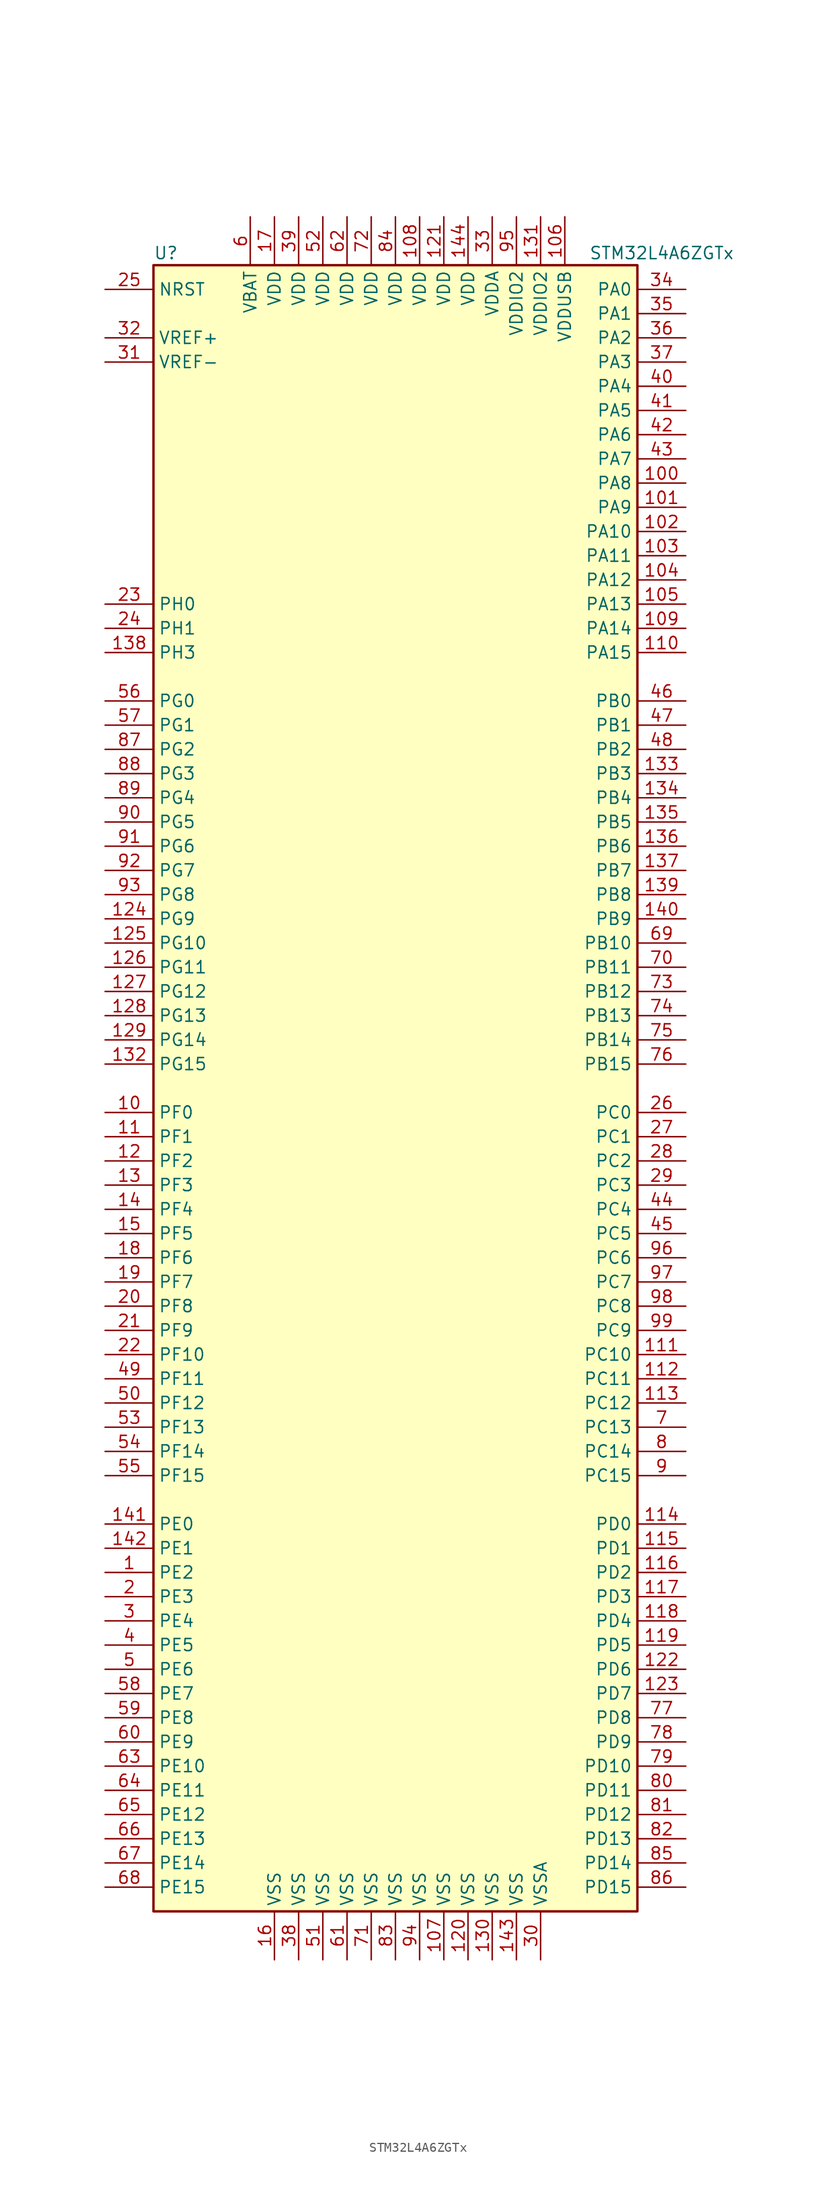
<source format=kicad_sym>
(kicad_symbol_lib
  (version 20201005)
  (generator kicad_symbol_editor)
  (symbol "STM32L4A6ZGTx"
    (property "Reference" "U"
      (at -25.4 87.63 0)
      (effects (font (size 1.27 1.27)) (justify left)))
    (property "Value" "STM32L4A6ZGTx"
      (at 20.32 87.63 0)
      (effects (font (size 1.27 1.27)) (justify left)))
    (symbol "STM32L4A6ZGTx_0_1"
      (rectangle (start -25.4 -86.36) (end 25.4 86.36) (stroke (width 0.254)) (fill (type background))))
    (symbol "STM32L4A6ZGTx_1_1"
      (pin bidirectional line (at -30.48 -50.8 0) (length 5.08) (name "PE2" (effects (font (size 1.27 1.27)))) (number "1" (effects (font (size 1.27 1.27)))))
      (pin bidirectional line (at -30.48 -2.54 0) (length 5.08) (name "PF0" (effects (font (size 1.27 1.27)))) (number "10" (effects (font (size 1.27 1.27)))))
      (pin bidirectional line (at 30.48 63.5 180) (length 5.08) (name "PA8" (effects (font (size 1.27 1.27)))) (number "100" (effects (font (size 1.27 1.27)))))
      (pin bidirectional line (at 30.48 60.96 180) (length 5.08) (name "PA9" (effects (font (size 1.27 1.27)))) (number "101" (effects (font (size 1.27 1.27)))))
      (pin bidirectional line (at 30.48 58.42 180) (length 5.08) (name "PA10" (effects (font (size 1.27 1.27)))) (number "102" (effects (font (size 1.27 1.27)))))
      (pin bidirectional line (at 30.48 55.88 180) (length 5.08) (name "PA11" (effects (font (size 1.27 1.27)))) (number "103" (effects (font (size 1.27 1.27)))))
      (pin bidirectional line (at 30.48 53.34 180) (length 5.08) (name "PA12" (effects (font (size 1.27 1.27)))) (number "104" (effects (font (size 1.27 1.27)))))
      (pin bidirectional line (at 30.48 50.8 180) (length 5.08) (name "PA13" (effects (font (size 1.27 1.27)))) (number "105" (effects (font (size 1.27 1.27)))))
      (pin power_in line (at 17.78 91.44 270) (length 5.08) (name "VDDUSB" (effects (font (size 1.27 1.27)))) (number "106" (effects (font (size 1.27 1.27)))))
      (pin power_in line (at 5.08 -91.44 90) (length 5.08) (name "VSS" (effects (font (size 1.27 1.27)))) (number "107" (effects (font (size 1.27 1.27)))))
      (pin power_in line (at 2.54 91.44 270) (length 5.08) (name "VDD" (effects (font (size 1.27 1.27)))) (number "108" (effects (font (size 1.27 1.27)))))
      (pin bidirectional line (at 30.48 48.26 180) (length 5.08) (name "PA14" (effects (font (size 1.27 1.27)))) (number "109" (effects (font (size 1.27 1.27)))))
      (pin bidirectional line (at -30.48 -5.08 0) (length 5.08) (name "PF1" (effects (font (size 1.27 1.27)))) (number "11" (effects (font (size 1.27 1.27)))))
      (pin bidirectional line (at 30.48 45.72 180) (length 5.08) (name "PA15" (effects (font (size 1.27 1.27)))) (number "110" (effects (font (size 1.27 1.27)))))
      (pin bidirectional line (at 30.48 -27.94 180) (length 5.08) (name "PC10" (effects (font (size 1.27 1.27)))) (number "111" (effects (font (size 1.27 1.27)))))
      (pin bidirectional line (at 30.48 -30.48 180) (length 5.08) (name "PC11" (effects (font (size 1.27 1.27)))) (number "112" (effects (font (size 1.27 1.27)))))
      (pin bidirectional line (at 30.48 -33.02 180) (length 5.08) (name "PC12" (effects (font (size 1.27 1.27)))) (number "113" (effects (font (size 1.27 1.27)))))
      (pin bidirectional line (at 30.48 -45.72 180) (length 5.08) (name "PD0" (effects (font (size 1.27 1.27)))) (number "114" (effects (font (size 1.27 1.27)))))
      (pin bidirectional line (at 30.48 -48.26 180) (length 5.08) (name "PD1" (effects (font (size 1.27 1.27)))) (number "115" (effects (font (size 1.27 1.27)))))
      (pin bidirectional line (at 30.48 -50.8 180) (length 5.08) (name "PD2" (effects (font (size 1.27 1.27)))) (number "116" (effects (font (size 1.27 1.27)))))
      (pin bidirectional line (at 30.48 -53.34 180) (length 5.08) (name "PD3" (effects (font (size 1.27 1.27)))) (number "117" (effects (font (size 1.27 1.27)))))
      (pin bidirectional line (at 30.48 -55.88 180) (length 5.08) (name "PD4" (effects (font (size 1.27 1.27)))) (number "118" (effects (font (size 1.27 1.27)))))
      (pin bidirectional line (at 30.48 -58.42 180) (length 5.08) (name "PD5" (effects (font (size 1.27 1.27)))) (number "119" (effects (font (size 1.27 1.27)))))
      (pin bidirectional line (at -30.48 -7.62 0) (length 5.08) (name "PF2" (effects (font (size 1.27 1.27)))) (number "12" (effects (font (size 1.27 1.27)))))
      (pin power_in line (at 7.62 -91.44 90) (length 5.08) (name "VSS" (effects (font (size 1.27 1.27)))) (number "120" (effects (font (size 1.27 1.27)))))
      (pin power_in line (at 5.08 91.44 270) (length 5.08) (name "VDD" (effects (font (size 1.27 1.27)))) (number "121" (effects (font (size 1.27 1.27)))))
      (pin bidirectional line (at 30.48 -60.96 180) (length 5.08) (name "PD6" (effects (font (size 1.27 1.27)))) (number "122" (effects (font (size 1.27 1.27)))))
      (pin bidirectional line (at 30.48 -63.5 180) (length 5.08) (name "PD7" (effects (font (size 1.27 1.27)))) (number "123" (effects (font (size 1.27 1.27)))))
      (pin bidirectional line (at -30.48 17.78 0) (length 5.08) (name "PG9" (effects (font (size 1.27 1.27)))) (number "124" (effects (font (size 1.27 1.27)))))
      (pin bidirectional line (at -30.48 15.24 0) (length 5.08) (name "PG10" (effects (font (size 1.27 1.27)))) (number "125" (effects (font (size 1.27 1.27)))))
      (pin bidirectional line (at -30.48 12.7 0) (length 5.08) (name "PG11" (effects (font (size 1.27 1.27)))) (number "126" (effects (font (size 1.27 1.27)))))
      (pin bidirectional line (at -30.48 10.16 0) (length 5.08) (name "PG12" (effects (font (size 1.27 1.27)))) (number "127" (effects (font (size 1.27 1.27)))))
      (pin bidirectional line (at -30.48 7.62 0) (length 5.08) (name "PG13" (effects (font (size 1.27 1.27)))) (number "128" (effects (font (size 1.27 1.27)))))
      (pin bidirectional line (at -30.48 5.08 0) (length 5.08) (name "PG14" (effects (font (size 1.27 1.27)))) (number "129" (effects (font (size 1.27 1.27)))))
      (pin bidirectional line (at -30.48 -10.16 0) (length 5.08) (name "PF3" (effects (font (size 1.27 1.27)))) (number "13" (effects (font (size 1.27 1.27)))))
      (pin power_in line (at 10.16 -91.44 90) (length 5.08) (name "VSS" (effects (font (size 1.27 1.27)))) (number "130" (effects (font (size 1.27 1.27)))))
      (pin power_in line (at 15.24 91.44 270) (length 5.08) (name "VDDIO2" (effects (font (size 1.27 1.27)))) (number "131" (effects (font (size 1.27 1.27)))))
      (pin bidirectional line (at -30.48 2.54 0) (length 5.08) (name "PG15" (effects (font (size 1.27 1.27)))) (number "132" (effects (font (size 1.27 1.27)))))
      (pin bidirectional line (at 30.48 33.02 180) (length 5.08) (name "PB3" (effects (font (size 1.27 1.27)))) (number "133" (effects (font (size 1.27 1.27)))))
      (pin bidirectional line (at 30.48 30.48 180) (length 5.08) (name "PB4" (effects (font (size 1.27 1.27)))) (number "134" (effects (font (size 1.27 1.27)))))
      (pin bidirectional line (at 30.48 27.94 180) (length 5.08) (name "PB5" (effects (font (size 1.27 1.27)))) (number "135" (effects (font (size 1.27 1.27)))))
      (pin bidirectional line (at 30.48 25.4 180) (length 5.08) (name "PB6" (effects (font (size 1.27 1.27)))) (number "136" (effects (font (size 1.27 1.27)))))
      (pin bidirectional line (at 30.48 22.86 180) (length 5.08) (name "PB7" (effects (font (size 1.27 1.27)))) (number "137" (effects (font (size 1.27 1.27)))))
      (pin bidirectional line (at -30.48 45.72 0) (length 5.08) (name "PH3" (effects (font (size 1.27 1.27)))) (number "138" (effects (font (size 1.27 1.27)))))
      (pin bidirectional line (at 30.48 20.32 180) (length 5.08) (name "PB8" (effects (font (size 1.27 1.27)))) (number "139" (effects (font (size 1.27 1.27)))))
      (pin bidirectional line (at -30.48 -12.7 0) (length 5.08) (name "PF4" (effects (font (size 1.27 1.27)))) (number "14" (effects (font (size 1.27 1.27)))))
      (pin bidirectional line (at 30.48 17.78 180) (length 5.08) (name "PB9" (effects (font (size 1.27 1.27)))) (number "140" (effects (font (size 1.27 1.27)))))
      (pin bidirectional line (at -30.48 -45.72 0) (length 5.08) (name "PE0" (effects (font (size 1.27 1.27)))) (number "141" (effects (font (size 1.27 1.27)))))
      (pin bidirectional line (at -30.48 -48.26 0) (length 5.08) (name "PE1" (effects (font (size 1.27 1.27)))) (number "142" (effects (font (size 1.27 1.27)))))
      (pin power_in line (at 12.7 -91.44 90) (length 5.08) (name "VSS" (effects (font (size 1.27 1.27)))) (number "143" (effects (font (size 1.27 1.27)))))
      (pin power_in line (at 7.62 91.44 270) (length 5.08) (name "VDD" (effects (font (size 1.27 1.27)))) (number "144" (effects (font (size 1.27 1.27)))))
      (pin bidirectional line (at -30.48 -15.24 0) (length 5.08) (name "PF5" (effects (font (size 1.27 1.27)))) (number "15" (effects (font (size 1.27 1.27)))))
      (pin power_in line (at -12.7 -91.44 90) (length 5.08) (name "VSS" (effects (font (size 1.27 1.27)))) (number "16" (effects (font (size 1.27 1.27)))))
      (pin power_in line (at -12.7 91.44 270) (length 5.08) (name "VDD" (effects (font (size 1.27 1.27)))) (number "17" (effects (font (size 1.27 1.27)))))
      (pin bidirectional line (at -30.48 -17.78 0) (length 5.08) (name "PF6" (effects (font (size 1.27 1.27)))) (number "18" (effects (font (size 1.27 1.27)))))
      (pin bidirectional line (at -30.48 -20.32 0) (length 5.08) (name "PF7" (effects (font (size 1.27 1.27)))) (number "19" (effects (font (size 1.27 1.27)))))
      (pin bidirectional line (at -30.48 -53.34 0) (length 5.08) (name "PE3" (effects (font (size 1.27 1.27)))) (number "2" (effects (font (size 1.27 1.27)))))
      (pin bidirectional line (at -30.48 -22.86 0) (length 5.08) (name "PF8" (effects (font (size 1.27 1.27)))) (number "20" (effects (font (size 1.27 1.27)))))
      (pin bidirectional line (at -30.48 -25.4 0) (length 5.08) (name "PF9" (effects (font (size 1.27 1.27)))) (number "21" (effects (font (size 1.27 1.27)))))
      (pin bidirectional line (at -30.48 -27.94 0) (length 5.08) (name "PF10" (effects (font (size 1.27 1.27)))) (number "22" (effects (font (size 1.27 1.27)))))
      (pin input line (at -30.48 50.8 0) (length 5.08) (name "PH0" (effects (font (size 1.27 1.27)))) (number "23" (effects (font (size 1.27 1.27)))))
      (pin input line (at -30.48 48.26 0) (length 5.08) (name "PH1" (effects (font (size 1.27 1.27)))) (number "24" (effects (font (size 1.27 1.27)))))
      (pin input line (at -30.48 83.82 0) (length 5.08) (name "NRST" (effects (font (size 1.27 1.27)))) (number "25" (effects (font (size 1.27 1.27)))))
      (pin bidirectional line (at 30.48 -2.54 180) (length 5.08) (name "PC0" (effects (font (size 1.27 1.27)))) (number "26" (effects (font (size 1.27 1.27)))))
      (pin bidirectional line (at 30.48 -5.08 180) (length 5.08) (name "PC1" (effects (font (size 1.27 1.27)))) (number "27" (effects (font (size 1.27 1.27)))))
      (pin bidirectional line (at 30.48 -7.62 180) (length 5.08) (name "PC2" (effects (font (size 1.27 1.27)))) (number "28" (effects (font (size 1.27 1.27)))))
      (pin bidirectional line (at 30.48 -10.16 180) (length 5.08) (name "PC3" (effects (font (size 1.27 1.27)))) (number "29" (effects (font (size 1.27 1.27)))))
      (pin bidirectional line (at -30.48 -55.88 0) (length 5.08) (name "PE4" (effects (font (size 1.27 1.27)))) (number "3" (effects (font (size 1.27 1.27)))))
      (pin power_in line (at 15.24 -91.44 90) (length 5.08) (name "VSSA" (effects (font (size 1.27 1.27)))) (number "30" (effects (font (size 1.27 1.27)))))
      (pin power_in line (at -30.48 76.2 0) (length 5.08) (name "VREF-" (effects (font (size 1.27 1.27)))) (number "31" (effects (font (size 1.27 1.27)))))
      (pin bidirectional line (at -30.48 78.74 0) (length 5.08) (name "VREF+" (effects (font (size 1.27 1.27)))) (number "32" (effects (font (size 1.27 1.27)))))
      (pin power_in line (at 10.16 91.44 270) (length 5.08) (name "VDDA" (effects (font (size 1.27 1.27)))) (number "33" (effects (font (size 1.27 1.27)))))
      (pin bidirectional line (at 30.48 83.82 180) (length 5.08) (name "PA0" (effects (font (size 1.27 1.27)))) (number "34" (effects (font (size 1.27 1.27)))))
      (pin bidirectional line (at 30.48 81.28 180) (length 5.08) (name "PA1" (effects (font (size 1.27 1.27)))) (number "35" (effects (font (size 1.27 1.27)))))
      (pin bidirectional line (at 30.48 78.74 180) (length 5.08) (name "PA2" (effects (font (size 1.27 1.27)))) (number "36" (effects (font (size 1.27 1.27)))))
      (pin bidirectional line (at 30.48 76.2 180) (length 5.08) (name "PA3" (effects (font (size 1.27 1.27)))) (number "37" (effects (font (size 1.27 1.27)))))
      (pin power_in line (at -10.16 -91.44 90) (length 5.08) (name "VSS" (effects (font (size 1.27 1.27)))) (number "38" (effects (font (size 1.27 1.27)))))
      (pin power_in line (at -10.16 91.44 270) (length 5.08) (name "VDD" (effects (font (size 1.27 1.27)))) (number "39" (effects (font (size 1.27 1.27)))))
      (pin bidirectional line (at -30.48 -58.42 0) (length 5.08) (name "PE5" (effects (font (size 1.27 1.27)))) (number "4" (effects (font (size 1.27 1.27)))))
      (pin bidirectional line (at 30.48 73.66 180) (length 5.08) (name "PA4" (effects (font (size 1.27 1.27)))) (number "40" (effects (font (size 1.27 1.27)))))
      (pin bidirectional line (at 30.48 71.12 180) (length 5.08) (name "PA5" (effects (font (size 1.27 1.27)))) (number "41" (effects (font (size 1.27 1.27)))))
      (pin bidirectional line (at 30.48 68.58 180) (length 5.08) (name "PA6" (effects (font (size 1.27 1.27)))) (number "42" (effects (font (size 1.27 1.27)))))
      (pin bidirectional line (at 30.48 66.04 180) (length 5.08) (name "PA7" (effects (font (size 1.27 1.27)))) (number "43" (effects (font (size 1.27 1.27)))))
      (pin bidirectional line (at 30.48 -12.7 180) (length 5.08) (name "PC4" (effects (font (size 1.27 1.27)))) (number "44" (effects (font (size 1.27 1.27)))))
      (pin bidirectional line (at 30.48 -15.24 180) (length 5.08) (name "PC5" (effects (font (size 1.27 1.27)))) (number "45" (effects (font (size 1.27 1.27)))))
      (pin bidirectional line (at 30.48 40.64 180) (length 5.08) (name "PB0" (effects (font (size 1.27 1.27)))) (number "46" (effects (font (size 1.27 1.27)))))
      (pin bidirectional line (at 30.48 38.1 180) (length 5.08) (name "PB1" (effects (font (size 1.27 1.27)))) (number "47" (effects (font (size 1.27 1.27)))))
      (pin bidirectional line (at 30.48 35.56 180) (length 5.08) (name "PB2" (effects (font (size 1.27 1.27)))) (number "48" (effects (font (size 1.27 1.27)))))
      (pin bidirectional line (at -30.48 -30.48 0) (length 5.08) (name "PF11" (effects (font (size 1.27 1.27)))) (number "49" (effects (font (size 1.27 1.27)))))
      (pin bidirectional line (at -30.48 -60.96 0) (length 5.08) (name "PE6" (effects (font (size 1.27 1.27)))) (number "5" (effects (font (size 1.27 1.27)))))
      (pin bidirectional line (at -30.48 -33.02 0) (length 5.08) (name "PF12" (effects (font (size 1.27 1.27)))) (number "50" (effects (font (size 1.27 1.27)))))
      (pin power_in line (at -7.62 -91.44 90) (length 5.08) (name "VSS" (effects (font (size 1.27 1.27)))) (number "51" (effects (font (size 1.27 1.27)))))
      (pin power_in line (at -7.62 91.44 270) (length 5.08) (name "VDD" (effects (font (size 1.27 1.27)))) (number "52" (effects (font (size 1.27 1.27)))))
      (pin bidirectional line (at -30.48 -35.56 0) (length 5.08) (name "PF13" (effects (font (size 1.27 1.27)))) (number "53" (effects (font (size 1.27 1.27)))))
      (pin bidirectional line (at -30.48 -38.1 0) (length 5.08) (name "PF14" (effects (font (size 1.27 1.27)))) (number "54" (effects (font (size 1.27 1.27)))))
      (pin bidirectional line (at -30.48 -40.64 0) (length 5.08) (name "PF15" (effects (font (size 1.27 1.27)))) (number "55" (effects (font (size 1.27 1.27)))))
      (pin bidirectional line (at -30.48 40.64 0) (length 5.08) (name "PG0" (effects (font (size 1.27 1.27)))) (number "56" (effects (font (size 1.27 1.27)))))
      (pin bidirectional line (at -30.48 38.1 0) (length 5.08) (name "PG1" (effects (font (size 1.27 1.27)))) (number "57" (effects (font (size 1.27 1.27)))))
      (pin bidirectional line (at -30.48 -63.5 0) (length 5.08) (name "PE7" (effects (font (size 1.27 1.27)))) (number "58" (effects (font (size 1.27 1.27)))))
      (pin bidirectional line (at -30.48 -66.04 0) (length 5.08) (name "PE8" (effects (font (size 1.27 1.27)))) (number "59" (effects (font (size 1.27 1.27)))))
      (pin power_in line (at -15.24 91.44 270) (length 5.08) (name "VBAT" (effects (font (size 1.27 1.27)))) (number "6" (effects (font (size 1.27 1.27)))))
      (pin bidirectional line (at -30.48 -68.58 0) (length 5.08) (name "PE9" (effects (font (size 1.27 1.27)))) (number "60" (effects (font (size 1.27 1.27)))))
      (pin power_in line (at -5.08 -91.44 90) (length 5.08) (name "VSS" (effects (font (size 1.27 1.27)))) (number "61" (effects (font (size 1.27 1.27)))))
      (pin power_in line (at -5.08 91.44 270) (length 5.08) (name "VDD" (effects (font (size 1.27 1.27)))) (number "62" (effects (font (size 1.27 1.27)))))
      (pin bidirectional line (at -30.48 -71.12 0) (length 5.08) (name "PE10" (effects (font (size 1.27 1.27)))) (number "63" (effects (font (size 1.27 1.27)))))
      (pin bidirectional line (at -30.48 -73.66 0) (length 5.08) (name "PE11" (effects (font (size 1.27 1.27)))) (number "64" (effects (font (size 1.27 1.27)))))
      (pin bidirectional line (at -30.48 -76.2 0) (length 5.08) (name "PE12" (effects (font (size 1.27 1.27)))) (number "65" (effects (font (size 1.27 1.27)))))
      (pin bidirectional line (at -30.48 -78.74 0) (length 5.08) (name "PE13" (effects (font (size 1.27 1.27)))) (number "66" (effects (font (size 1.27 1.27)))))
      (pin bidirectional line (at -30.48 -81.28 0) (length 5.08) (name "PE14" (effects (font (size 1.27 1.27)))) (number "67" (effects (font (size 1.27 1.27)))))
      (pin bidirectional line (at -30.48 -83.82 0) (length 5.08) (name "PE15" (effects (font (size 1.27 1.27)))) (number "68" (effects (font (size 1.27 1.27)))))
      (pin bidirectional line (at 30.48 15.24 180) (length 5.08) (name "PB10" (effects (font (size 1.27 1.27)))) (number "69" (effects (font (size 1.27 1.27)))))
      (pin bidirectional line (at 30.48 -35.56 180) (length 5.08) (name "PC13" (effects (font (size 1.27 1.27)))) (number "7" (effects (font (size 1.27 1.27)))))
      (pin bidirectional line (at 30.48 12.7 180) (length 5.08) (name "PB11" (effects (font (size 1.27 1.27)))) (number "70" (effects (font (size 1.27 1.27)))))
      (pin power_in line (at -2.54 -91.44 90) (length 5.08) (name "VSS" (effects (font (size 1.27 1.27)))) (number "71" (effects (font (size 1.27 1.27)))))
      (pin power_in line (at -2.54 91.44 270) (length 5.08) (name "VDD" (effects (font (size 1.27 1.27)))) (number "72" (effects (font (size 1.27 1.27)))))
      (pin bidirectional line (at 30.48 10.16 180) (length 5.08) (name "PB12" (effects (font (size 1.27 1.27)))) (number "73" (effects (font (size 1.27 1.27)))))
      (pin bidirectional line (at 30.48 7.62 180) (length 5.08) (name "PB13" (effects (font (size 1.27 1.27)))) (number "74" (effects (font (size 1.27 1.27)))))
      (pin bidirectional line (at 30.48 5.08 180) (length 5.08) (name "PB14" (effects (font (size 1.27 1.27)))) (number "75" (effects (font (size 1.27 1.27)))))
      (pin bidirectional line (at 30.48 2.54 180) (length 5.08) (name "PB15" (effects (font (size 1.27 1.27)))) (number "76" (effects (font (size 1.27 1.27)))))
      (pin bidirectional line (at 30.48 -66.04 180) (length 5.08) (name "PD8" (effects (font (size 1.27 1.27)))) (number "77" (effects (font (size 1.27 1.27)))))
      (pin bidirectional line (at 30.48 -68.58 180) (length 5.08) (name "PD9" (effects (font (size 1.27 1.27)))) (number "78" (effects (font (size 1.27 1.27)))))
      (pin bidirectional line (at 30.48 -71.12 180) (length 5.08) (name "PD10" (effects (font (size 1.27 1.27)))) (number "79" (effects (font (size 1.27 1.27)))))
      (pin bidirectional line (at 30.48 -38.1 180) (length 5.08) (name "PC14" (effects (font (size 1.27 1.27)))) (number "8" (effects (font (size 1.27 1.27)))))
      (pin bidirectional line (at 30.48 -73.66 180) (length 5.08) (name "PD11" (effects (font (size 1.27 1.27)))) (number "80" (effects (font (size 1.27 1.27)))))
      (pin bidirectional line (at 30.48 -76.2 180) (length 5.08) (name "PD12" (effects (font (size 1.27 1.27)))) (number "81" (effects (font (size 1.27 1.27)))))
      (pin bidirectional line (at 30.48 -78.74 180) (length 5.08) (name "PD13" (effects (font (size 1.27 1.27)))) (number "82" (effects (font (size 1.27 1.27)))))
      (pin power_in line (at 0 -91.44 90) (length 5.08) (name "VSS" (effects (font (size 1.27 1.27)))) (number "83" (effects (font (size 1.27 1.27)))))
      (pin power_in line (at 0 91.44 270) (length 5.08) (name "VDD" (effects (font (size 1.27 1.27)))) (number "84" (effects (font (size 1.27 1.27)))))
      (pin bidirectional line (at 30.48 -81.28 180) (length 5.08) (name "PD14" (effects (font (size 1.27 1.27)))) (number "85" (effects (font (size 1.27 1.27)))))
      (pin bidirectional line (at 30.48 -83.82 180) (length 5.08) (name "PD15" (effects (font (size 1.27 1.27)))) (number "86" (effects (font (size 1.27 1.27)))))
      (pin bidirectional line (at -30.48 35.56 0) (length 5.08) (name "PG2" (effects (font (size 1.27 1.27)))) (number "87" (effects (font (size 1.27 1.27)))))
      (pin bidirectional line (at -30.48 33.02 0) (length 5.08) (name "PG3" (effects (font (size 1.27 1.27)))) (number "88" (effects (font (size 1.27 1.27)))))
      (pin bidirectional line (at -30.48 30.48 0) (length 5.08) (name "PG4" (effects (font (size 1.27 1.27)))) (number "89" (effects (font (size 1.27 1.27)))))
      (pin bidirectional line (at 30.48 -40.64 180) (length 5.08) (name "PC15" (effects (font (size 1.27 1.27)))) (number "9" (effects (font (size 1.27 1.27)))))
      (pin bidirectional line (at -30.48 27.94 0) (length 5.08) (name "PG5" (effects (font (size 1.27 1.27)))) (number "90" (effects (font (size 1.27 1.27)))))
      (pin bidirectional line (at -30.48 25.4 0) (length 5.08) (name "PG6" (effects (font (size 1.27 1.27)))) (number "91" (effects (font (size 1.27 1.27)))))
      (pin bidirectional line (at -30.48 22.86 0) (length 5.08) (name "PG7" (effects (font (size 1.27 1.27)))) (number "92" (effects (font (size 1.27 1.27)))))
      (pin bidirectional line (at -30.48 20.32 0) (length 5.08) (name "PG8" (effects (font (size 1.27 1.27)))) (number "93" (effects (font (size 1.27 1.27)))))
      (pin power_in line (at 2.54 -91.44 90) (length 5.08) (name "VSS" (effects (font (size 1.27 1.27)))) (number "94" (effects (font (size 1.27 1.27)))))
      (pin power_in line (at 12.7 91.44 270) (length 5.08) (name "VDDIO2" (effects (font (size 1.27 1.27)))) (number "95" (effects (font (size 1.27 1.27)))))
      (pin bidirectional line (at 30.48 -17.78 180) (length 5.08) (name "PC6" (effects (font (size 1.27 1.27)))) (number "96" (effects (font (size 1.27 1.27)))))
      (pin bidirectional line (at 30.48 -20.32 180) (length 5.08) (name "PC7" (effects (font (size 1.27 1.27)))) (number "97" (effects (font (size 1.27 1.27)))))
      (pin bidirectional line (at 30.48 -22.86 180) (length 5.08) (name "PC8" (effects (font (size 1.27 1.27)))) (number "98" (effects (font (size 1.27 1.27)))))
      (pin bidirectional line (at 30.48 -25.4 180) (length 5.08) (name "PC9" (effects (font (size 1.27 1.27)))) (number "99" (effects (font (size 1.27 1.27))))))))
</source>
